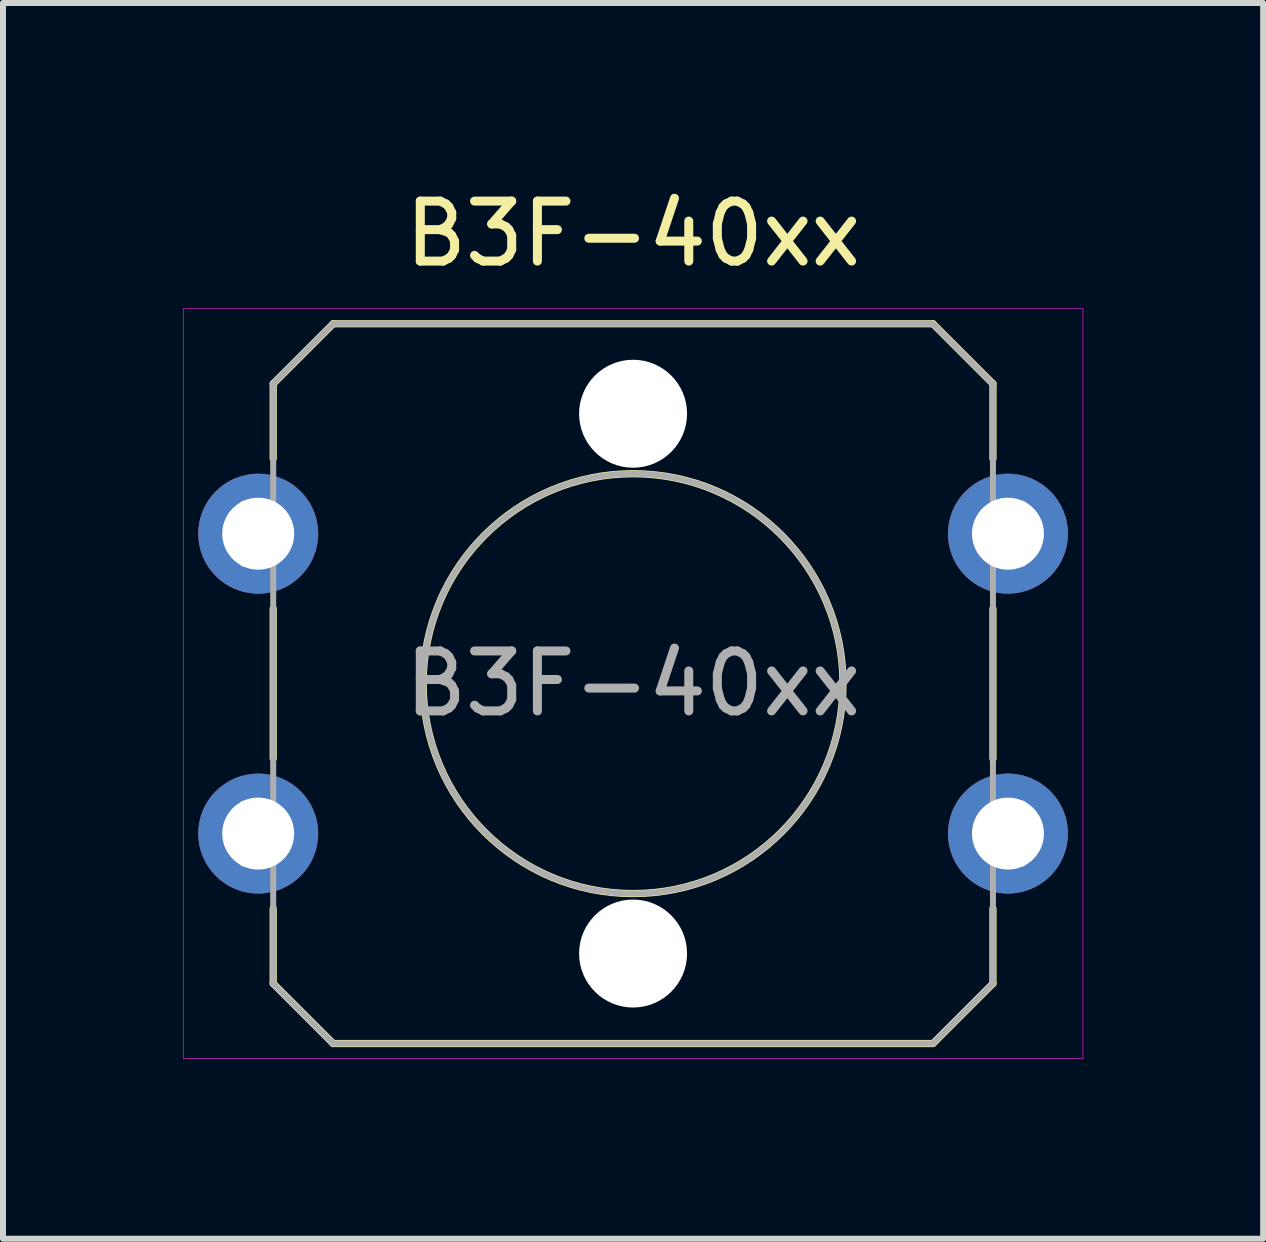
<source format=kicad_pcb>
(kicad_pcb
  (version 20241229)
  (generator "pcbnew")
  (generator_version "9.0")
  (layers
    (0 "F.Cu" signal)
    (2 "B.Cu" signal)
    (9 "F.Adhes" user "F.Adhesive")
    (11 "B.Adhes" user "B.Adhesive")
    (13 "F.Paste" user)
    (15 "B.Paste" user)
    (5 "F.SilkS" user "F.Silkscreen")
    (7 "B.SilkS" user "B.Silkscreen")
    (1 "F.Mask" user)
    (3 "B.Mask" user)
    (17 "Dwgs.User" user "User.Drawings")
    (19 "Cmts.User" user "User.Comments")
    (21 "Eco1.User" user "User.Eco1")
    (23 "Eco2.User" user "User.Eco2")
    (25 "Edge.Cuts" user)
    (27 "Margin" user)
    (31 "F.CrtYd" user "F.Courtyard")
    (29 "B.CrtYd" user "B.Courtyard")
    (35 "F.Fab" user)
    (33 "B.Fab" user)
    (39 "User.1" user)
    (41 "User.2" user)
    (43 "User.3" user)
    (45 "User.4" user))
  (footprint "B3F-40xx"
    (layer "F.Cu")
    (at 7.505 8.348)
    (property "Reference" "B3F-40xx" (at 0 -7.5 0) (layer "F.SilkS") (effects (font (size 1 1) (thickness 0.15))))
    (attr through_hole)
    (fp_line (start -6 -5) (end -5 -6) (stroke (width 0.12) (type solid)) (layer "F.SilkS"))
    (fp_line (start -6 -3.75) (end -6 -5) (stroke (width 0.12) (type solid)) (layer "F.SilkS"))
    (fp_line (start -6 1.25) (end -6 -1.25) (stroke (width 0.12) (type solid)) (layer "F.SilkS"))
    (fp_line (start -6 5) (end -6 3.75) (stroke (width 0.12) (type solid)) (layer "F.SilkS"))
    (fp_line (start -5 -6) (end 5 -6) (stroke (width 0.12) (type solid)) (layer "F.SilkS"))
    (fp_line (start -5 6) (end -6 5) (stroke (width 0.12) (type solid)) (layer "F.SilkS"))
    (fp_line (start 5 -6) (end 6 -5) (stroke (width 0.12) (type solid)) (layer "F.SilkS"))
    (fp_line (start 5 6) (end -5 6) (stroke (width 0.12) (type solid)) (layer "F.SilkS"))
    (fp_line (start 6 -5) (end 6 -3.75) (stroke (width 0.12) (type solid)) (layer "F.SilkS"))
    (fp_line (start 6 -1.25) (end 6 1.25) (stroke (width 0.12) (type solid)) (layer "F.SilkS"))
    (fp_line (start 6 3.75) (end 6 5) (stroke (width 0.12) (type solid)) (layer "F.SilkS"))
    (fp_line (start 6 5) (end 5 6) (stroke (width 0.12) (type solid)) (layer "F.SilkS"))
    (fp_circle (center 0 0) (end 3.5 0) (stroke (width 0.12) (type solid)) (fill no) (layer "F.SilkS"))
    (fp_line (start -7.5 -6.25) (end 7.5 -6.25) (stroke (width 0.01) (type solid)) (layer "F.CrtYd"))
    (fp_line (start -7.5 6.25) (end -7.5 -6.25) (stroke (width 0.01) (type solid)) (layer "F.CrtYd"))
    (fp_line (start 7.5 -6.25) (end 7.5 6.25) (stroke (width 0.01) (type solid)) (layer "F.CrtYd"))
    (fp_line (start 7.5 6.25) (end -7.5 6.25) (stroke (width 0.01) (type solid)) (layer "F.CrtYd"))
    (fp_line (start -6.5 -3) (end -6.5 -2) (stroke (width 0.1) (type solid)) (layer "F.Fab"))
    (fp_line (start -6.5 -2) (end -6 -2) (stroke (width 0.1) (type solid)) (layer "F.Fab"))
    (fp_line (start -6.5 2) (end -6.5 3) (stroke (width 0.1) (type solid)) (layer "F.Fab"))
    (fp_line (start -6.5 3) (end -6 3) (stroke (width 0.1) (type solid)) (layer "F.Fab"))
    (fp_line (start -6 -5) (end -5 -6) (stroke (width 0.1) (type solid)) (layer "F.Fab"))
    (fp_line (start -6 -3) (end -6.5 -3) (stroke (width 0.1) (type solid)) (layer "F.Fab"))
    (fp_line (start -6 2) (end -6.5 2) (stroke (width 0.1) (type solid)) (layer "F.Fab"))
    (fp_line (start -6 5) (end -6 -5) (stroke (width 0.1) (type solid)) (layer "F.Fab"))
    (fp_line (start -6 5) (end -5 6) (stroke (width 0.1) (type solid)) (layer "F.Fab"))
    (fp_line (start -5 -6) (end 5 -6) (stroke (width 0.1) (type solid)) (layer "F.Fab"))
    (fp_line (start 5 6) (end -5 6) (stroke (width 0.1) (type solid)) (layer "F.Fab"))
    (fp_line (start 5 6) (end 6 5) (stroke (width 0.1) (type solid)) (layer "F.Fab"))
    (fp_line (start 6 -5) (end 5 -6) (stroke (width 0.1) (type solid)) (layer "F.Fab"))
    (fp_line (start 6 -5) (end 6 5) (stroke (width 0.1) (type solid)) (layer "F.Fab"))
    (fp_line (start 6 -3) (end 6.5 -3) (stroke (width 0.1) (type solid)) (layer "F.Fab"))
    (fp_line (start 6 2) (end 6.5 2) (stroke (width 0.1) (type solid)) (layer "F.Fab"))
    (fp_line (start 6 3) (end 6.5 3) (stroke (width 0.1) (type solid)) (layer "F.Fab"))
    (fp_line (start 6.5 -3) (end 6.5 -2) (stroke (width 0.1) (type solid)) (layer "F.Fab"))
    (fp_line (start 6.5 -2) (end 6 -2) (stroke (width 0.1) (type solid)) (layer "F.Fab"))
    (fp_line (start 6.5 2) (end 6.5 3) (stroke (width 0.1) (type solid)) (layer "F.Fab"))
    (fp_circle (center 0 0) (end 3.5 0) (stroke (width 0.1) (type solid)) (fill no) (layer "F.Fab"))
    (fp_text user "${REFERENCE}" (at 0 0 0) (layer "F.Fab") (effects (font (size 1 1) (thickness 0.15))))
    (pad "" np_thru_hole circle (at 0 -4.5) (size 1.8 1.8) (drill 1.8) (layers "*.Cu" "*.Mask"))
    (pad "" np_thru_hole circle (at 0 4.5) (size 1.8 1.8) (drill 1.8) (layers "*.Cu" "*.Mask"))
    (pad "1" thru_hole circle (at -6.25 2.5) (size 2 2) (drill 1.2) (layers "*.Cu" "*.Mask"))
    (pad "1" thru_hole circle (at 6.25 2.5) (size 2 2) (drill 1.2) (layers "*.Cu" "*.Mask"))
    (pad "2" thru_hole circle (at -6.25 -2.5) (size 2 2) (drill 1.2) (layers "*.Cu" "*.Mask"))
    (pad "2" thru_hole circle (at 6.25 -2.5) (size 2 2) (drill 1.2) (layers "*.Cu" "*.Mask")))
  (gr_rect
    (start -3 -3)
    (end 18.01 17.603)
    (stroke (width 0.1) (type default))
    (fill no)
    (layer "Edge.Cuts")))
</source>
